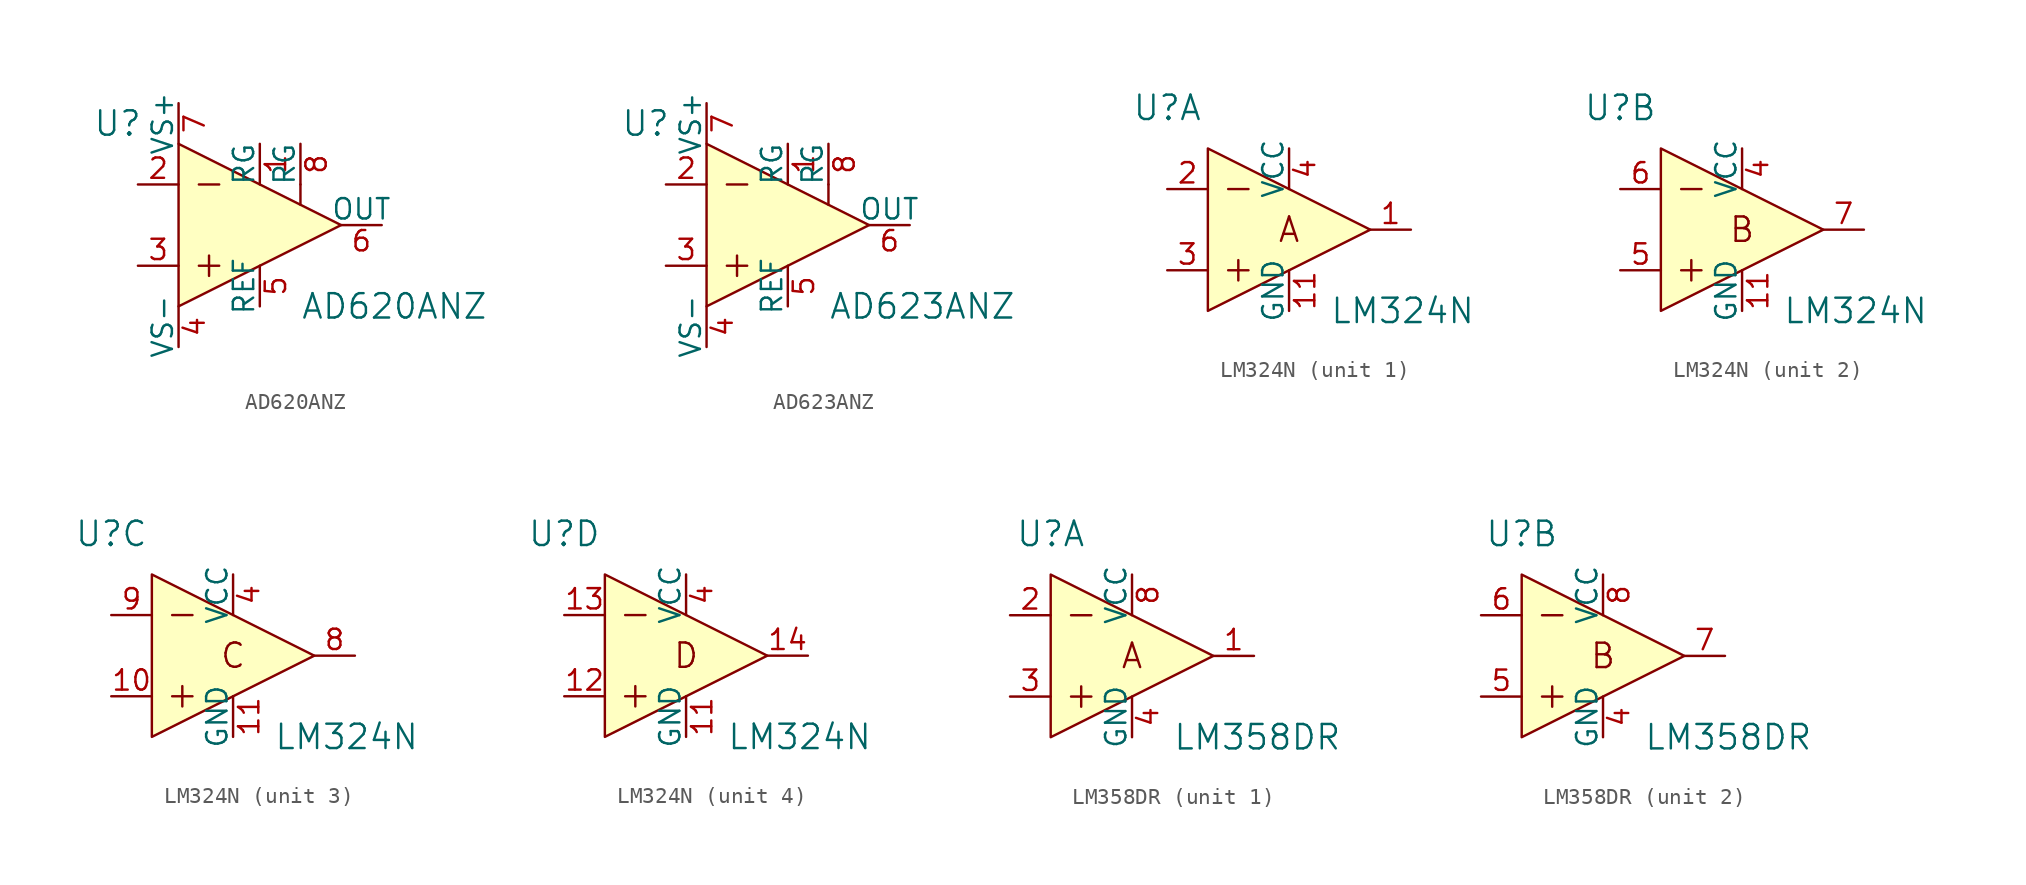
<source format=kicad_sym>
(kicad_symbol_lib
  (version 20220914)
  (generator kicad_symbol_editor)
  (symbol "AD620ANZ"
    (pin_names
      (offset 0))
    (property "Reference" "U"
      (at -8.89 6.35 0)
      (effects (font (size 1.524 1.524))))
    (property "Value" "AD620ANZ"
      (at 2.54 -5.08 0)
      (effects (font (size 1.524 1.524)) (justify left)))
    (symbol "AD620ANZ_1_0"
      (polyline (pts (xy -3.81 -2.54) (xy -2.54 -2.54)) (stroke (width 0) (type solid)) (fill (type none)))
      (polyline (pts (xy -3.81 2.54) (xy -2.54 2.54)) (stroke (width 0) (type solid)) (fill (type none)))
      (polyline (pts (xy -3.175 -1.905) (xy -3.175 -3.175)) (stroke (width 0) (type solid)) (fill (type none)))
      (polyline (pts (xy 2.54 2.54) (xy 2.54 1.27)) (stroke (width 0) (type solid)) (fill (type none)))
      (polyline (pts (xy -5.08 5.08) (xy -5.08 -5.08) (xy 5.08 0) (xy -5.08 5.08)) (stroke (width 0) (type solid)) (fill (type background))))
    (symbol "AD620ANZ_1_1"
      (pin passive line (at 0 5.08 270) (length 2.54) (name "RG" (effects (font (size 1.27 1.27)))) (number "1" (effects (font (size 1.27 1.27)))))
      (pin input line (at -7.62 2.54 0) (length 2.54) (name "~" (effects (font (size 1.27 1.27)))) (number "2" (effects (font (size 1.27 1.27)))))
      (pin input line (at -7.62 -2.54 0) (length 2.54) (name "~" (effects (font (size 1.27 1.27)))) (number "3" (effects (font (size 1.27 1.27)))))
      (pin power_in line (at -5.08 -7.62 90) (length 2.54) (name "VS-" (effects (font (size 1.27 1.27)))) (number "4" (effects (font (size 1.27 1.27)))))
      (pin output line (at 0 -5.08 90) (length 2.54) (name "REF" (effects (font (size 1.27 1.27)))) (number "5" (effects (font (size 1.27 1.27)))))
      (pin output line (at 7.62 0 180) (length 2.54) (name "OUT" (effects (font (size 1.27 1.27)))) (number "6" (effects (font (size 1.27 1.27)))))
      (pin power_in line (at -5.08 7.62 270) (length 2.54) (name "VS+" (effects (font (size 1.27 1.27)))) (number "7" (effects (font (size 1.27 1.27)))))
      (pin passive line (at 2.54 5.08 270) (length 2.54) (name "RG" (effects (font (size 1.27 1.27)))) (number "8" (effects (font (size 1.27 1.27)))))))
  (symbol "AD623ANZ"
    (pin_names
      (offset 0))
    (property "Reference" "U"
      (at -8.89 6.35 0)
      (effects (font (size 1.524 1.524))))
    (property "Value" "AD623ANZ"
      (at 2.54 -5.08 0)
      (effects (font (size 1.524 1.524)) (justify left)))
    (symbol "AD623ANZ_1_0"
      (polyline (pts (xy -3.81 -2.54) (xy -2.54 -2.54)) (stroke (width 0) (type solid)) (fill (type none)))
      (polyline (pts (xy -3.81 2.54) (xy -2.54 2.54)) (stroke (width 0) (type solid)) (fill (type none)))
      (polyline (pts (xy -3.175 -1.905) (xy -3.175 -3.175)) (stroke (width 0) (type solid)) (fill (type none)))
      (polyline (pts (xy 2.54 2.54) (xy 2.54 1.27)) (stroke (width 0) (type solid)) (fill (type none)))
      (polyline (pts (xy -5.08 5.08) (xy -5.08 -5.08) (xy 5.08 0) (xy -5.08 5.08)) (stroke (width 0) (type solid)) (fill (type background))))
    (symbol "AD623ANZ_1_1"
      (pin passive line (at 0 5.08 270) (length 2.54) (name "RG" (effects (font (size 1.27 1.27)))) (number "1" (effects (font (size 1.27 1.27)))))
      (pin input line (at -7.62 2.54 0) (length 2.54) (name "~" (effects (font (size 1.27 1.27)))) (number "2" (effects (font (size 1.27 1.27)))))
      (pin input line (at -7.62 -2.54 0) (length 2.54) (name "~" (effects (font (size 1.27 1.27)))) (number "3" (effects (font (size 1.27 1.27)))))
      (pin power_in line (at -5.08 -7.62 90) (length 2.54) (name "VS-" (effects (font (size 1.27 1.27)))) (number "4" (effects (font (size 1.27 1.27)))))
      (pin output line (at 0 -5.08 90) (length 2.54) (name "REF" (effects (font (size 1.27 1.27)))) (number "5" (effects (font (size 1.27 1.27)))))
      (pin output line (at 7.62 0 180) (length 2.54) (name "OUT" (effects (font (size 1.27 1.27)))) (number "6" (effects (font (size 1.27 1.27)))))
      (pin power_in line (at -5.08 7.62 270) (length 2.54) (name "VS+" (effects (font (size 1.27 1.27)))) (number "7" (effects (font (size 1.27 1.27)))))
      (pin passive line (at 2.54 5.08 270) (length 2.54) (name "RG" (effects (font (size 1.27 1.27)))) (number "8" (effects (font (size 1.27 1.27)))))))
  (symbol "LM324N"
    (pin_names
      (offset 0))
    (property "Reference" "U"
      (at -7.62 7.62 0)
      (effects (font (size 1.524 1.524))))
    (property "Value" "LM324N"
      (at 2.54 -5.08 0)
      (effects (font (size 1.524 1.524)) (justify left)))
    (property "ki_locked" ""
      (at 0 0 0)
      (effects (font (size 1.27 1.27))))
    (symbol "LM324N_0_0"
      (polyline (pts (xy -3.81 -2.54) (xy -2.54 -2.54)) (stroke (width 0) (type solid)) (fill (type none)))
      (polyline (pts (xy -3.81 2.54) (xy -2.54 2.54)) (stroke (width 0) (type solid)) (fill (type none)))
      (polyline (pts (xy -3.175 -1.905) (xy -3.175 -3.175)) (stroke (width 0) (type solid)) (fill (type none)))
      (polyline (pts (xy -5.08 5.08) (xy -5.08 -5.08) (xy 5.08 0) (xy -5.08 5.08)) (stroke (width 0) (type solid)) (fill (type background))))
    (symbol "LM324N_1_0"
      (text "A" (at 0 0 0) (effects (font (size 1.524 1.524)))))
    (symbol "LM324N_1_1"
      (pin output line (at 7.62 0 180) (length 2.54) (name "~" (effects (font (size 1.27 1.27)))) (number "1" (effects (font (size 1.27 1.27)))))
      (pin power_in line (at 0 -5.08 90) (length 2.54) (name "GND" (effects (font (size 1.27 1.27)))) (number "11" (effects (font (size 1.27 1.27)))))
      (pin input line (at -7.62 2.54 0) (length 2.54) (name "~" (effects (font (size 1.27 1.27)))) (number "2" (effects (font (size 1.27 1.27)))))
      (pin input line (at -7.62 -2.54 0) (length 2.54) (name "~" (effects (font (size 1.27 1.27)))) (number "3" (effects (font (size 1.27 1.27)))))
      (pin power_in line (at 0 5.08 270) (length 2.54) (name "VCC" (effects (font (size 1.27 1.27)))) (number "4" (effects (font (size 1.27 1.27))))))
    (symbol "LM324N_2_0"
      (text "B" (at 0 0 0) (effects (font (size 1.524 1.524)))))
    (symbol "LM324N_2_1"
      (pin power_in line (at 0 -5.08 90) (length 2.54) (name "GND" (effects (font (size 1.27 1.27)))) (number "11" (effects (font (size 1.27 1.27)))))
      (pin power_in line (at 0 5.08 270) (length 2.54) (name "VCC" (effects (font (size 1.27 1.27)))) (number "4" (effects (font (size 1.27 1.27)))))
      (pin input line (at -7.62 -2.54 0) (length 2.54) (name "~" (effects (font (size 1.27 1.27)))) (number "5" (effects (font (size 1.27 1.27)))))
      (pin input line (at -7.62 2.54 0) (length 2.54) (name "~" (effects (font (size 1.27 1.27)))) (number "6" (effects (font (size 1.27 1.27)))))
      (pin output line (at 7.62 0 180) (length 2.54) (name "~" (effects (font (size 1.27 1.27)))) (number "7" (effects (font (size 1.27 1.27))))))
    (symbol "LM324N_3_0"
      (text "C" (at 0 0 0) (effects (font (size 1.524 1.524)))))
    (symbol "LM324N_3_1"
      (pin input line (at -7.62 -2.54 0) (length 2.54) (name "~" (effects (font (size 1.27 1.27)))) (number "10" (effects (font (size 1.27 1.27)))))
      (pin power_in line (at 0 -5.08 90) (length 2.54) (name "GND" (effects (font (size 1.27 1.27)))) (number "11" (effects (font (size 1.27 1.27)))))
      (pin power_in line (at 0 5.08 270) (length 2.54) (name "VCC" (effects (font (size 1.27 1.27)))) (number "4" (effects (font (size 1.27 1.27)))))
      (pin output line (at 7.62 0 180) (length 2.54) (name "~" (effects (font (size 1.27 1.27)))) (number "8" (effects (font (size 1.27 1.27)))))
      (pin input line (at -7.62 2.54 0) (length 2.54) (name "~" (effects (font (size 1.27 1.27)))) (number "9" (effects (font (size 1.27 1.27))))))
    (symbol "LM324N_4_0"
      (text "D" (at 0 0 0) (effects (font (size 1.524 1.524)))))
    (symbol "LM324N_4_1"
      (pin power_in line (at 0 -5.08 90) (length 2.54) (name "GND" (effects (font (size 1.27 1.27)))) (number "11" (effects (font (size 1.27 1.27)))))
      (pin input line (at -7.62 -2.54 0) (length 2.54) (name "~" (effects (font (size 1.27 1.27)))) (number "12" (effects (font (size 1.27 1.27)))))
      (pin input line (at -7.62 2.54 0) (length 2.54) (name "~" (effects (font (size 1.27 1.27)))) (number "13" (effects (font (size 1.27 1.27)))))
      (pin output line (at 7.62 0 180) (length 2.54) (name "~" (effects (font (size 1.27 1.27)))) (number "14" (effects (font (size 1.27 1.27)))))
      (pin power_in line (at 0 5.08 270) (length 2.54) (name "VCC" (effects (font (size 1.27 1.27)))) (number "4" (effects (font (size 1.27 1.27)))))))
  (symbol "LM358DR"
    (pin_names
      (offset 0))
    (property "Reference" "U"
      (at -5.08 7.62 0)
      (effects (font (size 1.524 1.524))))
    (property "Value" "LM358DR"
      (at 2.54 -5.08 0)
      (effects (font (size 1.524 1.524)) (justify left)))
    (property "ki_locked" ""
      (at 0 0 0)
      (effects (font (size 1.27 1.27))))
    (symbol "LM358DR_0_0"
      (polyline (pts (xy -3.81 -2.54) (xy -2.54 -2.54)) (stroke (width 0) (type solid)) (fill (type none)))
      (polyline (pts (xy -3.81 2.54) (xy -2.54 2.54)) (stroke (width 0) (type solid)) (fill (type none)))
      (polyline (pts (xy -3.175 -1.905) (xy -3.175 -3.175)) (stroke (width 0) (type solid)) (fill (type none)))
      (polyline (pts (xy -5.08 5.08) (xy -5.08 -5.08) (xy 5.08 0) (xy -5.08 5.08)) (stroke (width 0) (type solid)) (fill (type background))))
    (symbol "LM358DR_1_0"
      (text "A" (at 0 0 0) (effects (font (size 1.524 1.524)))))
    (symbol "LM358DR_1_1"
      (pin output line (at 7.62 0 180) (length 2.54) (name "~" (effects (font (size 1.27 1.27)))) (number "1" (effects (font (size 1.27 1.27)))))
      (pin input line (at -7.62 2.54 0) (length 2.54) (name "~" (effects (font (size 1.27 1.27)))) (number "2" (effects (font (size 1.27 1.27)))))
      (pin input line (at -7.62 -2.54 0) (length 2.54) (name "~" (effects (font (size 1.27 1.27)))) (number "3" (effects (font (size 1.27 1.27)))))
      (pin power_in line (at 0 -5.08 90) (length 2.54) (name "GND" (effects (font (size 1.27 1.27)))) (number "4" (effects (font (size 1.27 1.27)))))
      (pin power_in line (at 0 5.08 270) (length 2.54) (name "VCC" (effects (font (size 1.27 1.27)))) (number "8" (effects (font (size 1.27 1.27))))))
    (symbol "LM358DR_2_0"
      (text "B" (at 0 0 0) (effects (font (size 1.524 1.524)))))
    (symbol "LM358DR_2_1"
      (pin power_in line (at 0 -5.08 90) (length 2.54) (name "GND" (effects (font (size 1.27 1.27)))) (number "4" (effects (font (size 1.27 1.27)))))
      (pin input line (at -7.62 -2.54 0) (length 2.54) (name "~" (effects (font (size 1.27 1.27)))) (number "5" (effects (font (size 1.27 1.27)))))
      (pin input line (at -7.62 2.54 0) (length 2.54) (name "~" (effects (font (size 1.27 1.27)))) (number "6" (effects (font (size 1.27 1.27)))))
      (pin output line (at 7.62 0 180) (length 2.54) (name "~" (effects (font (size 1.27 1.27)))) (number "7" (effects (font (size 1.27 1.27)))))
      (pin power_in line (at 0 5.08 270) (length 2.54) (name "VCC" (effects (font (size 1.27 1.27)))) (number "8" (effects (font (size 1.27 1.27))))))))
</source>
